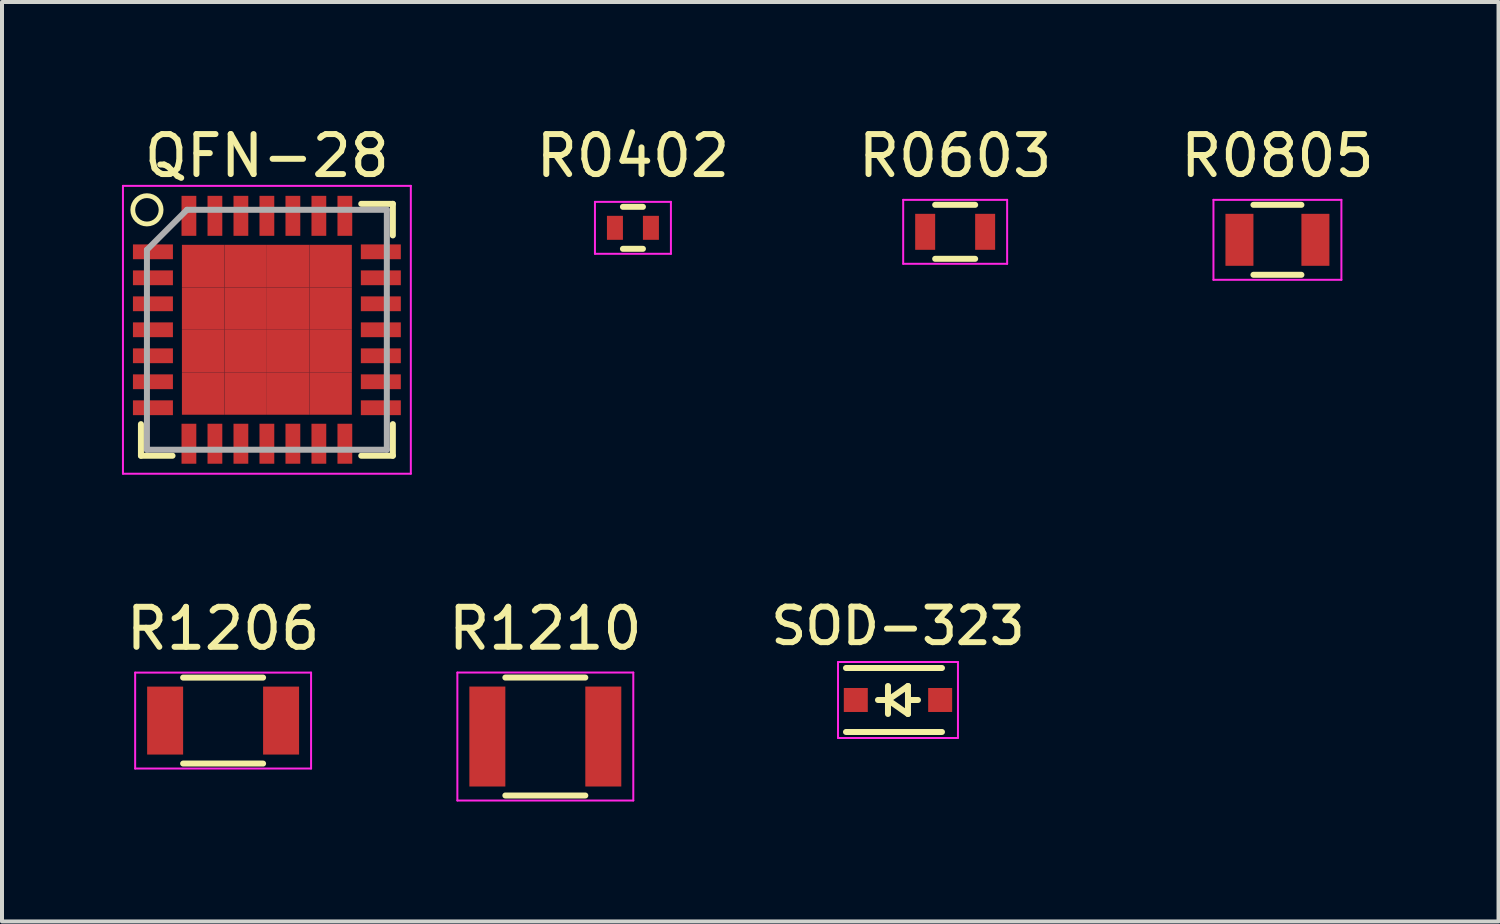
<source format=kicad_pcb>
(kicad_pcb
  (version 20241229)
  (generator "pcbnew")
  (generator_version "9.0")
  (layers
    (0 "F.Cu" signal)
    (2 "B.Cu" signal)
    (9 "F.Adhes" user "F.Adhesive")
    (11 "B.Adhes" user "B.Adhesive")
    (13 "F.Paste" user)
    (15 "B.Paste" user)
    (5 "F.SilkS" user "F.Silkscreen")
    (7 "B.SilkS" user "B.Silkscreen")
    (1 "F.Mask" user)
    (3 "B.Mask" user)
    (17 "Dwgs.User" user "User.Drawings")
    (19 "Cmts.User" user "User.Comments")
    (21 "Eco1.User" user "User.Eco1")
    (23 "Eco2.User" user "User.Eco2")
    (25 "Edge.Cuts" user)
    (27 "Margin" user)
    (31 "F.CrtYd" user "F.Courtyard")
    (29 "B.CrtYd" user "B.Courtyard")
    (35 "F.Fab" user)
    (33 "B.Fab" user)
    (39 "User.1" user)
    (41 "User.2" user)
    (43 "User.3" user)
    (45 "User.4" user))
  (footprint "QFN-28"
    (layer "F.Cu")
    (at 3.625 5.198)
    (property "Reference" "QFN-28" (at 0 -4.35 0) (layer "F.SilkS") (effects (font (size 1 1) (thickness 0.15))))
    (attr smd)
    (fp_line (start -3.15 3.15) (end -3.15 2.36) (stroke (width 0.15) (type solid)) (layer "F.SilkS"))
    (fp_line (start -3.15 3.15) (end -2.36 3.15) (stroke (width 0.15) (type solid)) (layer "F.SilkS"))
    (fp_line (start 3.15 -3.15) (end 2.36 -3.15) (stroke (width 0.15) (type solid)) (layer "F.SilkS"))
    (fp_line (start 3.15 -3.15) (end 3.15 -2.36) (stroke (width 0.15) (type solid)) (layer "F.SilkS"))
    (fp_line (start 3.15 3.15) (end 2.36 3.15) (stroke (width 0.15) (type solid)) (layer "F.SilkS"))
    (fp_line (start 3.15 3.15) (end 3.15 2.36) (stroke (width 0.15) (type solid)) (layer "F.SilkS"))
    (fp_circle (center -3 -3) (end -2.646 -3) (stroke (width 0.12) (type solid)) (fill no) (layer "F.SilkS"))
    (fp_line (start -3.6 -3.6) (end -3.6 3.6) (stroke (width 0.05) (type solid)) (layer "F.CrtYd"))
    (fp_line (start -3.6 -3.6) (end 3.6 -3.6) (stroke (width 0.05) (type solid)) (layer "F.CrtYd"))
    (fp_line (start -3.6 3.6) (end 3.6 3.6) (stroke (width 0.05) (type solid)) (layer "F.CrtYd"))
    (fp_line (start 3.6 -3.6) (end 3.6 3.6) (stroke (width 0.05) (type solid)) (layer "F.CrtYd"))
    (fp_line (start -3 -2) (end -2 -3) (stroke (width 0.15) (type solid)) (layer "F.Fab"))
    (fp_line (start -3 3) (end -3 -2) (stroke (width 0.15) (type solid)) (layer "F.Fab"))
    (fp_line (start -2 -3) (end 3 -3) (stroke (width 0.15) (type solid)) (layer "F.Fab"))
    (fp_line (start 3 -3) (end 3 3) (stroke (width 0.15) (type solid)) (layer "F.Fab"))
    (fp_line (start 3 3) (end -3 3) (stroke (width 0.15) (type solid)) (layer "F.Fab"))
    (pad "1" smd rect (at -2.85 -1.95) (size 1 0.37) (layers "F.Cu" "F.Mask" "F.Paste"))
    (pad "2" smd rect (at -2.85 -1.3) (size 1 0.37) (layers "F.Cu" "F.Mask" "F.Paste"))
    (pad "3" smd rect (at -2.85 -0.65) (size 1 0.37) (layers "F.Cu" "F.Mask" "F.Paste"))
    (pad "4" smd rect (at -2.85 0) (size 1 0.37) (layers "F.Cu" "F.Mask" "F.Paste"))
    (pad "5" smd rect (at -2.85 0.65) (size 1 0.37) (layers "F.Cu" "F.Mask" "F.Paste"))
    (pad "6" smd rect (at -2.85 1.3) (size 1 0.37) (layers "F.Cu" "F.Mask" "F.Paste"))
    (pad "7" smd rect (at -2.85 1.95) (size 1 0.37) (layers "F.Cu" "F.Mask" "F.Paste"))
    (pad "8" smd rect (at -1.95 2.85 90) (size 1 0.37) (layers "F.Cu" "F.Mask" "F.Paste"))
    (pad "9" smd rect (at -1.3 2.85 90) (size 1 0.37) (layers "F.Cu" "F.Mask" "F.Paste"))
    (pad "10" smd rect (at -0.65 2.85 90) (size 1 0.37) (layers "F.Cu" "F.Mask" "F.Paste"))
    (pad "11" smd rect (at 0 2.85 90) (size 1 0.37) (layers "F.Cu" "F.Mask" "F.Paste"))
    (pad "12" smd rect (at 0.65 2.85 90) (size 1 0.37) (layers "F.Cu" "F.Mask" "F.Paste"))
    (pad "13" smd rect (at 1.3 2.85 90) (size 1 0.37) (layers "F.Cu" "F.Mask" "F.Paste"))
    (pad "14" smd rect (at 1.95 2.85 90) (size 1 0.37) (layers "F.Cu" "F.Mask" "F.Paste"))
    (pad "15" smd rect (at 2.85 1.95) (size 1 0.37) (layers "F.Cu" "F.Mask" "F.Paste"))
    (pad "16" smd rect (at 2.85 1.3) (size 1 0.37) (layers "F.Cu" "F.Mask" "F.Paste"))
    (pad "17" smd rect (at 2.85 0.65) (size 1 0.37) (layers "F.Cu" "F.Mask" "F.Paste"))
    (pad "18" smd rect (at 2.85 0) (size 1 0.37) (layers "F.Cu" "F.Mask" "F.Paste"))
    (pad "19" smd rect (at 2.85 -0.65) (size 1 0.37) (layers "F.Cu" "F.Mask" "F.Paste"))
    (pad "20" smd rect (at 2.85 -1.3) (size 1 0.37) (layers "F.Cu" "F.Mask" "F.Paste"))
    (pad "21" smd rect (at 2.85 -1.95) (size 1 0.37) (layers "F.Cu" "F.Mask" "F.Paste"))
    (pad "22" smd rect (at 1.95 -2.85 90) (size 1 0.37) (layers "F.Cu" "F.Mask" "F.Paste"))
    (pad "23" smd rect (at 1.3 -2.85 90) (size 1 0.37) (layers "F.Cu" "F.Mask" "F.Paste"))
    (pad "24" smd rect (at 0.65 -2.85 90) (size 1 0.37) (layers "F.Cu" "F.Mask" "F.Paste"))
    (pad "25" smd rect (at 0 -2.85 90) (size 1 0.37) (layers "F.Cu" "F.Mask" "F.Paste"))
    (pad "26" smd rect (at -0.65 -2.85 90) (size 1 0.37) (layers "F.Cu" "F.Mask" "F.Paste"))
    (pad "27" smd rect (at -1.3 -2.85 90) (size 1 0.37) (layers "F.Cu" "F.Mask" "F.Paste"))
    (pad "28" smd rect (at -1.95 -2.85 90) (size 1 0.37) (layers "F.Cu" "F.Mask" "F.Paste"))
    (pad "29" smd rect (at -1.594 -1.594) (size 1.062 1.062) (layers "F.Cu" "F.Mask" "F.Paste"))
    (pad "29" smd rect (at -1.594 -0.531) (size 1.062 1.062) (layers "F.Cu" "F.Mask" "F.Paste"))
    (pad "29" smd rect (at -1.594 0.531) (size 1.062 1.062) (layers "F.Cu" "F.Mask" "F.Paste"))
    (pad "29" smd rect (at -1.594 1.594) (size 1.062 1.062) (layers "F.Cu" "F.Mask" "F.Paste"))
    (pad "29" smd rect (at -0.531 -1.594) (size 1.062 1.062) (layers "F.Cu" "F.Mask" "F.Paste"))
    (pad "29" smd rect (at -0.531 -0.531) (size 1.062 1.062) (layers "F.Cu" "F.Mask" "F.Paste"))
    (pad "29" smd rect (at -0.531 0.531) (size 1.062 1.062) (layers "F.Cu" "F.Mask" "F.Paste"))
    (pad "29" smd rect (at -0.531 1.594) (size 1.062 1.062) (layers "F.Cu" "F.Mask" "F.Paste"))
    (pad "29" smd rect (at 0.531 -1.594) (size 1.062 1.062) (layers "F.Cu" "F.Mask" "F.Paste"))
    (pad "29" smd rect (at 0.531 -0.531) (size 1.062 1.062) (layers "F.Cu" "F.Mask" "F.Paste"))
    (pad "29" smd rect (at 0.531 0.531) (size 1.062 1.062) (layers "F.Cu" "F.Mask" "F.Paste"))
    (pad "29" smd rect (at 0.531 1.594) (size 1.062 1.062) (layers "F.Cu" "F.Mask" "F.Paste"))
    (pad "29" smd rect (at 1.594 -1.594) (size 1.062 1.062) (layers "F.Cu" "F.Mask" "F.Paste"))
    (pad "29" smd rect (at 1.594 -0.531) (size 1.062 1.062) (layers "F.Cu" "F.Mask" "F.Paste"))
    (pad "29" smd rect (at 1.594 0.531) (size 1.062 1.062) (layers "F.Cu" "F.Mask" "F.Paste"))
    (pad "29" smd rect (at 1.594 1.594) (size 1.062 1.062) (layers "F.Cu" "F.Mask" "F.Paste")))
  (footprint "R1206"
    (layer "F.Cu")
    (at 2.53 14.972)
    (property "Reference" "R1206" (at 0 -2.3 0) (layer "F.SilkS") (effects (font (size 1 1) (thickness 0.15))))
    (attr smd)
    (fp_line (start -1 -1.075) (end 1 -1.075) (stroke (width 0.15) (type solid)) (layer "F.SilkS"))
    (fp_line (start 1 1.075) (end -1 1.075) (stroke (width 0.15) (type solid)) (layer "F.SilkS"))
    (fp_line (start -2.2 -1.2) (end -2.2 1.2) (stroke (width 0.05) (type solid)) (layer "F.CrtYd"))
    (fp_line (start -2.2 -1.2) (end 2.2 -1.2) (stroke (width 0.05) (type solid)) (layer "F.CrtYd"))
    (fp_line (start -2.2 1.2) (end 2.2 1.2) (stroke (width 0.05) (type solid)) (layer "F.CrtYd"))
    (fp_line (start 2.2 -1.2) (end 2.2 1.2) (stroke (width 0.05) (type solid)) (layer "F.CrtYd"))
    (pad "1" smd rect (at -1.45 0) (size 0.9 1.7) (layers "F.Cu" "F.Mask" "F.Paste"))
    (pad "2" smd rect (at 1.45 0) (size 0.9 1.7) (layers "F.Cu" "F.Mask" "F.Paste")))
  (footprint "R1210"
    (layer "F.Cu")
    (at 10.589 15.371)
    (property "Reference" "R1210" (at 0 -2.7 0) (layer "F.SilkS") (effects (font (size 1 1) (thickness 0.15))))
    (attr smd)
    (fp_line (start -1 -1.475) (end 1 -1.475) (stroke (width 0.15) (type solid)) (layer "F.SilkS"))
    (fp_line (start 1 1.475) (end -1 1.475) (stroke (width 0.15) (type solid)) (layer "F.SilkS"))
    (fp_line (start -2.2 -1.6) (end -2.2 1.6) (stroke (width 0.05) (type solid)) (layer "F.CrtYd"))
    (fp_line (start -2.2 -1.6) (end 2.2 -1.6) (stroke (width 0.05) (type solid)) (layer "F.CrtYd"))
    (fp_line (start -2.2 1.6) (end 2.2 1.6) (stroke (width 0.05) (type solid)) (layer "F.CrtYd"))
    (fp_line (start 2.2 -1.6) (end 2.2 1.6) (stroke (width 0.05) (type solid)) (layer "F.CrtYd"))
    (pad "1" smd rect (at -1.45 0) (size 0.9 2.5) (layers "F.Cu" "F.Mask" "F.Paste"))
    (pad "2" smd rect (at 1.45 0) (size 0.9 2.5) (layers "F.Cu" "F.Mask" "F.Paste")))
  (footprint "R0603"
    (layer "F.Cu")
    (at 20.839 2.748)
    (property "Reference" "R0603" (at 0 -1.9 0) (layer "F.SilkS") (effects (font (size 1 1) (thickness 0.15))))
    (attr smd)
    (fp_line (start -0.5 -0.675) (end 0.5 -0.675) (stroke (width 0.15) (type solid)) (layer "F.SilkS"))
    (fp_line (start 0.5 0.675) (end -0.5 0.675) (stroke (width 0.15) (type solid)) (layer "F.SilkS"))
    (fp_line (start -1.3 -0.8) (end -1.3 0.8) (stroke (width 0.05) (type solid)) (layer "F.CrtYd"))
    (fp_line (start -1.3 -0.8) (end 1.3 -0.8) (stroke (width 0.05) (type solid)) (layer "F.CrtYd"))
    (fp_line (start -1.3 0.8) (end 1.3 0.8) (stroke (width 0.05) (type solid)) (layer "F.CrtYd"))
    (fp_line (start 1.3 -0.8) (end 1.3 0.8) (stroke (width 0.05) (type solid)) (layer "F.CrtYd"))
    (pad "1" smd rect (at -0.75 0) (size 0.5 0.9) (layers "F.Cu" "F.Mask" "F.Paste"))
    (pad "2" smd rect (at 0.75 0) (size 0.5 0.9) (layers "F.Cu" "F.Mask" "F.Paste")))
  (footprint "SOD-323"
    (layer "F.Cu")
    (at 19.409 14.457)
    (property "Reference" "SOD-323" (at 0 -1.85 0) (layer "F.SilkS") (effects (font (size 0.889 0.889) (thickness 0.15))))
    (attr smd)
    (fp_line (start -1.3 -0.8) (end 1.1 -0.8) (stroke (width 0.15) (type solid)) (layer "F.SilkS"))
    (fp_line (start -1.3 0.8) (end 1.1 0.8) (stroke (width 0.15) (type solid)) (layer "F.SilkS"))
    (fp_line (start -0.25 -0.35) (end -0.25 0.35) (stroke (width 0.15) (type solid)) (layer "F.SilkS"))
    (fp_line (start -0.25 0) (end -0.5 0) (stroke (width 0.15) (type solid)) (layer "F.SilkS"))
    (fp_line (start -0.25 0) (end 0.25 -0.35) (stroke (width 0.15) (type solid)) (layer "F.SilkS"))
    (fp_line (start 0.25 -0.35) (end 0.25 0.35) (stroke (width 0.15) (type solid)) (layer "F.SilkS"))
    (fp_line (start 0.25 0) (end 0.5 0) (stroke (width 0.15) (type solid)) (layer "F.SilkS"))
    (fp_line (start 0.25 0.35) (end -0.25 0) (stroke (width 0.15) (type solid)) (layer "F.SilkS"))
    (fp_line (start -1.5 -0.95) (end -1.5 0.95) (stroke (width 0.05) (type solid)) (layer "F.CrtYd"))
    (fp_line (start -1.5 -0.95) (end 1.5 -0.95) (stroke (width 0.05) (type solid)) (layer "F.CrtYd"))
    (fp_line (start -1.5 0.95) (end 1.5 0.95) (stroke (width 0.05) (type solid)) (layer "F.CrtYd"))
    (fp_line (start 1.5 -0.95) (end 1.5 0.95) (stroke (width 0.05) (type solid)) (layer "F.CrtYd"))
    (pad "1" smd rect (at -1.055 0) (size 0.6 0.6) (layers "F.Cu" "F.Mask" "F.Paste"))
    (pad "2" smd rect (at 1.055 0) (size 0.6 0.6) (layers "F.Cu" "F.Mask" "F.Paste")))
  (footprint "R0402"
    (layer "F.Cu")
    (at 12.78 2.648)
    (property "Reference" "R0402" (at 0 -1.8 0) (layer "F.SilkS") (effects (font (size 1 1) (thickness 0.15))))
    (attr smd)
    (fp_line (start -0.25 0.525) (end 0.25 0.525) (stroke (width 0.15) (type solid)) (layer "F.SilkS"))
    (fp_line (start 0.25 -0.525) (end -0.25 -0.525) (stroke (width 0.15) (type solid)) (layer "F.SilkS"))
    (fp_line (start -0.95 -0.65) (end -0.95 0.65) (stroke (width 0.05) (type solid)) (layer "F.CrtYd"))
    (fp_line (start -0.95 -0.65) (end 0.95 -0.65) (stroke (width 0.05) (type solid)) (layer "F.CrtYd"))
    (fp_line (start -0.95 0.65) (end 0.95 0.65) (stroke (width 0.05) (type solid)) (layer "F.CrtYd"))
    (fp_line (start 0.95 -0.65) (end 0.95 0.65) (stroke (width 0.05) (type solid)) (layer "F.CrtYd"))
    (pad "1" smd rect (at -0.45 0) (size 0.4 0.6) (layers "F.Cu" "F.Mask" "F.Paste"))
    (pad "2" smd rect (at 0.45 0) (size 0.4 0.6) (layers "F.Cu" "F.Mask" "F.Paste")))
  (footprint "R0805"
    (layer "F.Cu")
    (at 28.899 2.948)
    (property "Reference" "R0805" (at 0 -2.1 0) (layer "F.SilkS") (effects (font (size 1 1) (thickness 0.15))))
    (attr smd)
    (fp_line (start -0.6 -0.875) (end 0.6 -0.875) (stroke (width 0.15) (type solid)) (layer "F.SilkS"))
    (fp_line (start 0.6 0.875) (end -0.6 0.875) (stroke (width 0.15) (type solid)) (layer "F.SilkS"))
    (fp_line (start -1.6 -1) (end -1.6 1) (stroke (width 0.05) (type solid)) (layer "F.CrtYd"))
    (fp_line (start -1.6 -1) (end 1.6 -1) (stroke (width 0.05) (type solid)) (layer "F.CrtYd"))
    (fp_line (start -1.6 1) (end 1.6 1) (stroke (width 0.05) (type solid)) (layer "F.CrtYd"))
    (fp_line (start 1.6 -1) (end 1.6 1) (stroke (width 0.05) (type solid)) (layer "F.CrtYd"))
    (pad "1" smd rect (at -0.95 0) (size 0.7 1.3) (layers "F.Cu" "F.Mask" "F.Paste"))
    (pad "2" smd rect (at 0.95 0) (size 0.7 1.3) (layers "F.Cu" "F.Mask" "F.Paste")))
  (gr_rect
    (start -3 -3)
    (end 34.429 19.997)
    (stroke (width 0.1) (type default))
    (fill no)
    (layer "Edge.Cuts")))
</source>
